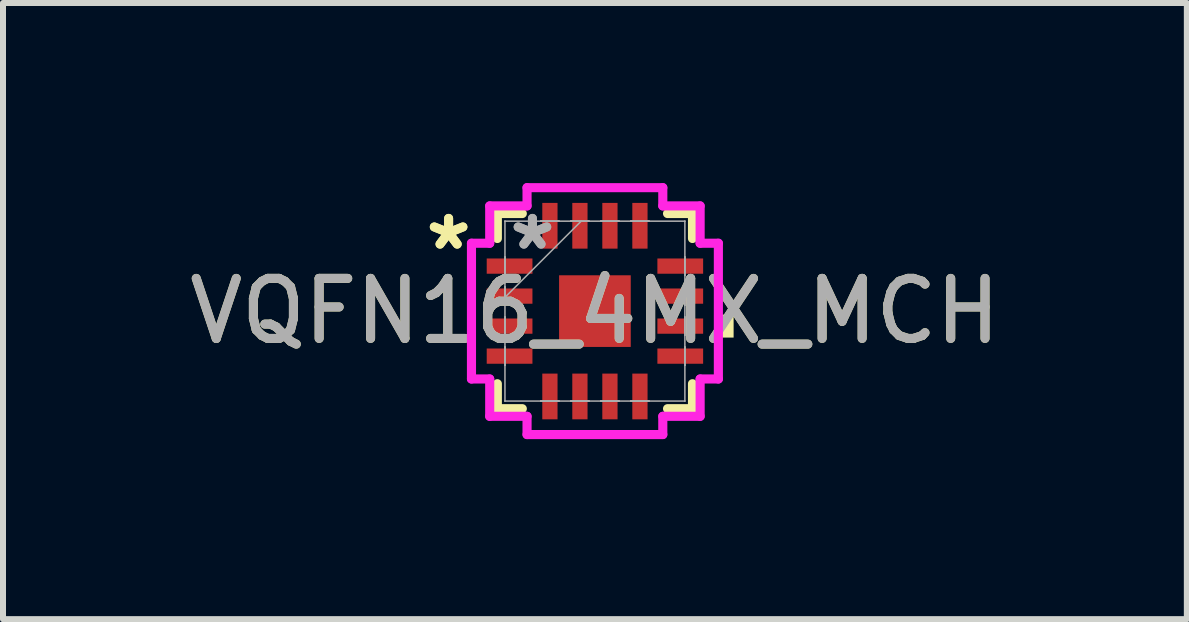
<source format=kicad_pcb>
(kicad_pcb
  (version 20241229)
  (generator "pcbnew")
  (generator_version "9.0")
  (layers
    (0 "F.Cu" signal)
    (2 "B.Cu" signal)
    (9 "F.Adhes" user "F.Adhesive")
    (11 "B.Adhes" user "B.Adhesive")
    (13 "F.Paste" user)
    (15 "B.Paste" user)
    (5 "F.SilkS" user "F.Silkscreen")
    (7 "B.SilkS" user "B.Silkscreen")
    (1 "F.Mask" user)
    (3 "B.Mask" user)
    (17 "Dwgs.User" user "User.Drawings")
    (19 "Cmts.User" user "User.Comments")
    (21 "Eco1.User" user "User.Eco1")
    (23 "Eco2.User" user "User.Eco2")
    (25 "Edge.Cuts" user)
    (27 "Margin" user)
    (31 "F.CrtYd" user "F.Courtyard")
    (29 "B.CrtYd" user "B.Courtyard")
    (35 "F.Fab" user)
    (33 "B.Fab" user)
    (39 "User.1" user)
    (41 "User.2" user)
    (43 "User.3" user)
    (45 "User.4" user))
  (footprint "VQFN16_4MX_MCH"
    (layer "F.Cu")
    (at 6.863 2.134)
    (property "Reference" "VQFN16_4MX_MCH" (at 0 0 0) (unlocked yes) (layer "F.SilkS") (effects (font (size 1 1) (thickness 0.15))))
    (attr smd)
    (fp_line (start -1.626 -1.626) (end -1.626 -1.21) (stroke (width 0.152) (type solid)) (layer "F.SilkS"))
    (fp_line (start -1.626 1.21) (end -1.626 1.626) (stroke (width 0.152) (type solid)) (layer "F.SilkS"))
    (fp_line (start -1.626 1.626) (end -1.21 1.626) (stroke (width 0.152) (type solid)) (layer "F.SilkS"))
    (fp_line (start -1.21 -1.626) (end -1.626 -1.626) (stroke (width 0.152) (type solid)) (layer "F.SilkS"))
    (fp_line (start 1.21 1.626) (end 1.626 1.626) (stroke (width 0.152) (type solid)) (layer "F.SilkS"))
    (fp_line (start 1.626 -1.626) (end 1.21 -1.626) (stroke (width 0.152) (type solid)) (layer "F.SilkS"))
    (fp_line (start 1.626 -1.21) (end 1.626 -1.626) (stroke (width 0.152) (type solid)) (layer "F.SilkS"))
    (fp_line (start 1.626 1.626) (end 1.626 1.21) (stroke (width 0.152) (type solid)) (layer "F.SilkS"))
    (fp_poly (pts (xy 2.311 0.059) (xy 2.311 0.441) (xy 2.057 0.441) (xy 2.057 0.059)) (stroke (width 0) (type solid)) (fill yes) (layer "F.SilkS"))
    (fp_line (start -2.057 -1.131) (end -1.753 -1.131) (stroke (width 0.152) (type solid)) (layer "F.CrtYd"))
    (fp_line (start -2.057 1.131) (end -2.057 -1.131) (stroke (width 0.152) (type solid)) (layer "F.CrtYd"))
    (fp_line (start -1.753 -1.753) (end -1.131 -1.753) (stroke (width 0.152) (type solid)) (layer "F.CrtYd"))
    (fp_line (start -1.753 -1.131) (end -1.753 -1.753) (stroke (width 0.152) (type solid)) (layer "F.CrtYd"))
    (fp_line (start -1.753 1.131) (end -2.057 1.131) (stroke (width 0.152) (type solid)) (layer "F.CrtYd"))
    (fp_line (start -1.753 1.753) (end -1.753 1.131) (stroke (width 0.152) (type solid)) (layer "F.CrtYd"))
    (fp_line (start -1.131 -2.057) (end 1.131 -2.057) (stroke (width 0.152) (type solid)) (layer "F.CrtYd"))
    (fp_line (start -1.131 -1.753) (end -1.131 -2.057) (stroke (width 0.152) (type solid)) (layer "F.CrtYd"))
    (fp_line (start -1.131 1.753) (end -1.753 1.753) (stroke (width 0.152) (type solid)) (layer "F.CrtYd"))
    (fp_line (start -1.131 2.057) (end -1.131 1.753) (stroke (width 0.152) (type solid)) (layer "F.CrtYd"))
    (fp_line (start 1.131 -2.057) (end 1.131 -1.753) (stroke (width 0.152) (type solid)) (layer "F.CrtYd"))
    (fp_line (start 1.131 -1.753) (end 1.753 -1.753) (stroke (width 0.152) (type solid)) (layer "F.CrtYd"))
    (fp_line (start 1.131 1.753) (end 1.131 2.057) (stroke (width 0.152) (type solid)) (layer "F.CrtYd"))
    (fp_line (start 1.131 2.057) (end -1.131 2.057) (stroke (width 0.152) (type solid)) (layer "F.CrtYd"))
    (fp_line (start 1.753 -1.753) (end 1.753 -1.131) (stroke (width 0.152) (type solid)) (layer "F.CrtYd"))
    (fp_line (start 1.753 -1.131) (end 2.057 -1.131) (stroke (width 0.152) (type solid)) (layer "F.CrtYd"))
    (fp_line (start 1.753 1.131) (end 1.753 1.753) (stroke (width 0.152) (type solid)) (layer "F.CrtYd"))
    (fp_line (start 1.753 1.753) (end 1.131 1.753) (stroke (width 0.152) (type solid)) (layer "F.CrtYd"))
    (fp_line (start 2.057 -1.131) (end 2.057 1.131) (stroke (width 0.152) (type solid)) (layer "F.CrtYd"))
    (fp_line (start 2.057 1.131) (end 1.753 1.131) (stroke (width 0.152) (type solid)) (layer "F.CrtYd"))
    (fp_line (start -1.499 -1.499) (end -1.499 -1.499) (stroke (width 0.025) (type solid)) (layer "F.Fab"))
    (fp_line (start -1.499 -1.499) (end -1.499 1.499) (stroke (width 0.025) (type solid)) (layer "F.Fab"))
    (fp_line (start -1.499 -0.902) (end -1.499 -0.902) (stroke (width 0.025) (type solid)) (layer "F.Fab"))
    (fp_line (start -1.499 -0.902) (end -1.499 -0.598) (stroke (width 0.025) (type solid)) (layer "F.Fab"))
    (fp_line (start -1.499 -0.598) (end -1.499 -0.902) (stroke (width 0.025) (type solid)) (layer "F.Fab"))
    (fp_line (start -1.499 -0.598) (end -1.499 -0.598) (stroke (width 0.025) (type solid)) (layer "F.Fab"))
    (fp_line (start -1.499 -0.402) (end -1.499 -0.402) (stroke (width 0.025) (type solid)) (layer "F.Fab"))
    (fp_line (start -1.499 -0.402) (end -1.499 -0.098) (stroke (width 0.025) (type solid)) (layer "F.Fab"))
    (fp_line (start -1.499 -0.229) (end -0.229 -1.499) (stroke (width 0.025) (type solid)) (layer "F.Fab"))
    (fp_line (start -1.499 -0.098) (end -1.499 -0.402) (stroke (width 0.025) (type solid)) (layer "F.Fab"))
    (fp_line (start -1.499 -0.098) (end -1.499 -0.098) (stroke (width 0.025) (type solid)) (layer "F.Fab"))
    (fp_line (start -1.499 0.098) (end -1.499 0.098) (stroke (width 0.025) (type solid)) (layer "F.Fab"))
    (fp_line (start -1.499 0.098) (end -1.499 0.402) (stroke (width 0.025) (type solid)) (layer "F.Fab"))
    (fp_line (start -1.499 0.402) (end -1.499 0.098) (stroke (width 0.025) (type solid)) (layer "F.Fab"))
    (fp_line (start -1.499 0.402) (end -1.499 0.402) (stroke (width 0.025) (type solid)) (layer "F.Fab"))
    (fp_line (start -1.499 0.598) (end -1.499 0.598) (stroke (width 0.025) (type solid)) (layer "F.Fab"))
    (fp_line (start -1.499 0.598) (end -1.499 0.902) (stroke (width 0.025) (type solid)) (layer "F.Fab"))
    (fp_line (start -1.499 0.902) (end -1.499 0.598) (stroke (width 0.025) (type solid)) (layer "F.Fab"))
    (fp_line (start -1.499 0.902) (end -1.499 0.902) (stroke (width 0.025) (type solid)) (layer "F.Fab"))
    (fp_line (start -1.499 1.499) (end -1.499 1.499) (stroke (width 0.025) (type solid)) (layer "F.Fab"))
    (fp_line (start -1.499 1.499) (end 1.499 1.499) (stroke (width 0.025) (type solid)) (layer "F.Fab"))
    (fp_line (start -0.902 -1.499) (end -0.902 -1.499) (stroke (width 0.025) (type solid)) (layer "F.Fab"))
    (fp_line (start -0.902 -1.499) (end -0.598 -1.499) (stroke (width 0.025) (type solid)) (layer "F.Fab"))
    (fp_line (start -0.902 1.499) (end -0.902 1.499) (stroke (width 0.025) (type solid)) (layer "F.Fab"))
    (fp_line (start -0.902 1.499) (end -0.598 1.499) (stroke (width 0.025) (type solid)) (layer "F.Fab"))
    (fp_line (start -0.598 -1.499) (end -0.902 -1.499) (stroke (width 0.025) (type solid)) (layer "F.Fab"))
    (fp_line (start -0.598 -1.499) (end -0.598 -1.499) (stroke (width 0.025) (type solid)) (layer "F.Fab"))
    (fp_line (start -0.598 1.499) (end -0.902 1.499) (stroke (width 0.025) (type solid)) (layer "F.Fab"))
    (fp_line (start -0.598 1.499) (end -0.598 1.499) (stroke (width 0.025) (type solid)) (layer "F.Fab"))
    (fp_line (start -0.402 -1.499) (end -0.402 -1.499) (stroke (width 0.025) (type solid)) (layer "F.Fab"))
    (fp_line (start -0.402 -1.499) (end -0.098 -1.499) (stroke (width 0.025) (type solid)) (layer "F.Fab"))
    (fp_line (start -0.402 1.499) (end -0.402 1.499) (stroke (width 0.025) (type solid)) (layer "F.Fab"))
    (fp_line (start -0.402 1.499) (end -0.098 1.499) (stroke (width 0.025) (type solid)) (layer "F.Fab"))
    (fp_line (start -0.098 -1.499) (end -0.402 -1.499) (stroke (width 0.025) (type solid)) (layer "F.Fab"))
    (fp_line (start -0.098 -1.499) (end -0.098 -1.499) (stroke (width 0.025) (type solid)) (layer "F.Fab"))
    (fp_line (start -0.098 1.499) (end -0.402 1.499) (stroke (width 0.025) (type solid)) (layer "F.Fab"))
    (fp_line (start -0.098 1.499) (end -0.098 1.499) (stroke (width 0.025) (type solid)) (layer "F.Fab"))
    (fp_line (start 0.098 -1.499) (end 0.098 -1.499) (stroke (width 0.025) (type solid)) (layer "F.Fab"))
    (fp_line (start 0.098 -1.499) (end 0.402 -1.499) (stroke (width 0.025) (type solid)) (layer "F.Fab"))
    (fp_line (start 0.098 1.499) (end 0.098 1.499) (stroke (width 0.025) (type solid)) (layer "F.Fab"))
    (fp_line (start 0.098 1.499) (end 0.402 1.499) (stroke (width 0.025) (type solid)) (layer "F.Fab"))
    (fp_line (start 0.402 -1.499) (end 0.098 -1.499) (stroke (width 0.025) (type solid)) (layer "F.Fab"))
    (fp_line (start 0.402 -1.499) (end 0.402 -1.499) (stroke (width 0.025) (type solid)) (layer "F.Fab"))
    (fp_line (start 0.402 1.499) (end 0.098 1.499) (stroke (width 0.025) (type solid)) (layer "F.Fab"))
    (fp_line (start 0.402 1.499) (end 0.402 1.499) (stroke (width 0.025) (type solid)) (layer "F.Fab"))
    (fp_line (start 0.598 -1.499) (end 0.598 -1.499) (stroke (width 0.025) (type solid)) (layer "F.Fab"))
    (fp_line (start 0.598 -1.499) (end 0.902 -1.499) (stroke (width 0.025) (type solid)) (layer "F.Fab"))
    (fp_line (start 0.598 1.499) (end 0.598 1.499) (stroke (width 0.025) (type solid)) (layer "F.Fab"))
    (fp_line (start 0.598 1.499) (end 0.902 1.499) (stroke (width 0.025) (type solid)) (layer "F.Fab"))
    (fp_line (start 0.902 -1.499) (end 0.598 -1.499) (stroke (width 0.025) (type solid)) (layer "F.Fab"))
    (fp_line (start 0.902 -1.499) (end 0.902 -1.499) (stroke (width 0.025) (type solid)) (layer "F.Fab"))
    (fp_line (start 0.902 1.499) (end 0.598 1.499) (stroke (width 0.025) (type solid)) (layer "F.Fab"))
    (fp_line (start 0.902 1.499) (end 0.902 1.499) (stroke (width 0.025) (type solid)) (layer "F.Fab"))
    (fp_line (start 1.499 -1.499) (end -1.499 -1.499) (stroke (width 0.025) (type solid)) (layer "F.Fab"))
    (fp_line (start 1.499 -1.499) (end 1.499 -1.499) (stroke (width 0.025) (type solid)) (layer "F.Fab"))
    (fp_line (start 1.499 -0.902) (end 1.499 -0.902) (stroke (width 0.025) (type solid)) (layer "F.Fab"))
    (fp_line (start 1.499 -0.902) (end 1.499 -0.598) (stroke (width 0.025) (type solid)) (layer "F.Fab"))
    (fp_line (start 1.499 -0.598) (end 1.499 -0.902) (stroke (width 0.025) (type solid)) (layer "F.Fab"))
    (fp_line (start 1.499 -0.598) (end 1.499 -0.598) (stroke (width 0.025) (type solid)) (layer "F.Fab"))
    (fp_line (start 1.499 -0.402) (end 1.499 -0.402) (stroke (width 0.025) (type solid)) (layer "F.Fab"))
    (fp_line (start 1.499 -0.402) (end 1.499 -0.098) (stroke (width 0.025) (type solid)) (layer "F.Fab"))
    (fp_line (start 1.499 -0.098) (end 1.499 -0.402) (stroke (width 0.025) (type solid)) (layer "F.Fab"))
    (fp_line (start 1.499 -0.098) (end 1.499 -0.098) (stroke (width 0.025) (type solid)) (layer "F.Fab"))
    (fp_line (start 1.499 0.098) (end 1.499 0.098) (stroke (width 0.025) (type solid)) (layer "F.Fab"))
    (fp_line (start 1.499 0.098) (end 1.499 0.402) (stroke (width 0.025) (type solid)) (layer "F.Fab"))
    (fp_line (start 1.499 0.402) (end 1.499 0.098) (stroke (width 0.025) (type solid)) (layer "F.Fab"))
    (fp_line (start 1.499 0.402) (end 1.499 0.402) (stroke (width 0.025) (type solid)) (layer "F.Fab"))
    (fp_line (start 1.499 0.598) (end 1.499 0.598) (stroke (width 0.025) (type solid)) (layer "F.Fab"))
    (fp_line (start 1.499 0.598) (end 1.499 0.902) (stroke (width 0.025) (type solid)) (layer "F.Fab"))
    (fp_line (start 1.499 0.902) (end 1.499 0.598) (stroke (width 0.025) (type solid)) (layer "F.Fab"))
    (fp_line (start 1.499 0.902) (end 1.499 0.902) (stroke (width 0.025) (type solid)) (layer "F.Fab"))
    (fp_line (start 1.499 1.499) (end 1.499 -1.499) (stroke (width 0.025) (type solid)) (layer "F.Fab"))
    (fp_line (start 1.499 1.499) (end 1.499 1.499) (stroke (width 0.025) (type solid)) (layer "F.Fab"))
    (fp_text user "*" (at -2.438 -1 0) (unlocked yes) (layer "F.SilkS") (effects (font (size 1 1) (thickness 0.15))))
    (fp_text user "*" (at -2.438 -1 0) (layer "F.SilkS") (effects (font (size 1 1) (thickness 0.15))))
    (fp_text user "*" (at -1.041 -1 0) (layer "F.Fab") (effects (font (size 1 1) (thickness 0.15))))
    (fp_text user "${REFERENCE}" (at 0 0 0) (unlocked yes) (layer "F.Fab") (effects (font (size 1 1) (thickness 0.15))))
    (fp_text user "*" (at -1.041 -1 0) (unlocked yes) (layer "F.Fab") (effects (font (size 1 1) (thickness 0.15))))
    (pad "1" smd rect (at -1.422 -0.75 90) (size 0.254 0.762) (layers "F.Cu" "F.Mask" "F.Paste"))
    (pad "2" smd rect (at -1.422 -0.25 90) (size 0.254 0.762) (layers "F.Cu" "F.Mask" "F.Paste"))
    (pad "3" smd rect (at -1.422 0.25 90) (size 0.254 0.762) (layers "F.Cu" "F.Mask" "F.Paste"))
    (pad "4" smd rect (at -1.422 0.75 90) (size 0.254 0.762) (layers "F.Cu" "F.Mask" "F.Paste"))
    (pad "5" smd rect (at -0.75 1.422) (size 0.254 0.762) (layers "F.Cu" "F.Mask" "F.Paste"))
    (pad "6" smd rect (at -0.25 1.422) (size 0.254 0.762) (layers "F.Cu" "F.Mask" "F.Paste"))
    (pad "7" smd rect (at 0.25 1.422) (size 0.254 0.762) (layers "F.Cu" "F.Mask" "F.Paste"))
    (pad "8" smd rect (at 0.75 1.422) (size 0.254 0.762) (layers "F.Cu" "F.Mask" "F.Paste"))
    (pad "9" smd rect (at 1.422 0.75 90) (size 0.254 0.762) (layers "F.Cu" "F.Mask" "F.Paste"))
    (pad "10" smd rect (at 1.422 0.25 90) (size 0.254 0.762) (layers "F.Cu" "F.Mask" "F.Paste"))
    (pad "11" smd rect (at 1.422 -0.25 90) (size 0.254 0.762) (layers "F.Cu" "F.Mask" "F.Paste"))
    (pad "12" smd rect (at 1.422 -0.75 90) (size 0.254 0.762) (layers "F.Cu" "F.Mask" "F.Paste"))
    (pad "13" smd rect (at 0.75 -1.422) (size 0.254 0.762) (layers "F.Cu" "F.Mask" "F.Paste"))
    (pad "14" smd rect (at 0.25 -1.422) (size 0.254 0.762) (layers "F.Cu" "F.Mask" "F.Paste"))
    (pad "15" smd rect (at -0.25 -1.422) (size 0.254 0.762) (layers "F.Cu" "F.Mask" "F.Paste"))
    (pad "16" smd rect (at -0.75 -1.422) (size 0.254 0.762) (layers "F.Cu" "F.Mask" "F.Paste"))
    (pad "17" smd rect (at 0 0) (size 1.194 1.194) (layers "F.Cu" "F.Mask" "F.Paste")))
  (gr_rect
    (start -3 -3)
    (end 16.726 7.267)
    (stroke (width 0.1) (type default))
    (fill no)
    (layer "Edge.Cuts")))
</source>
